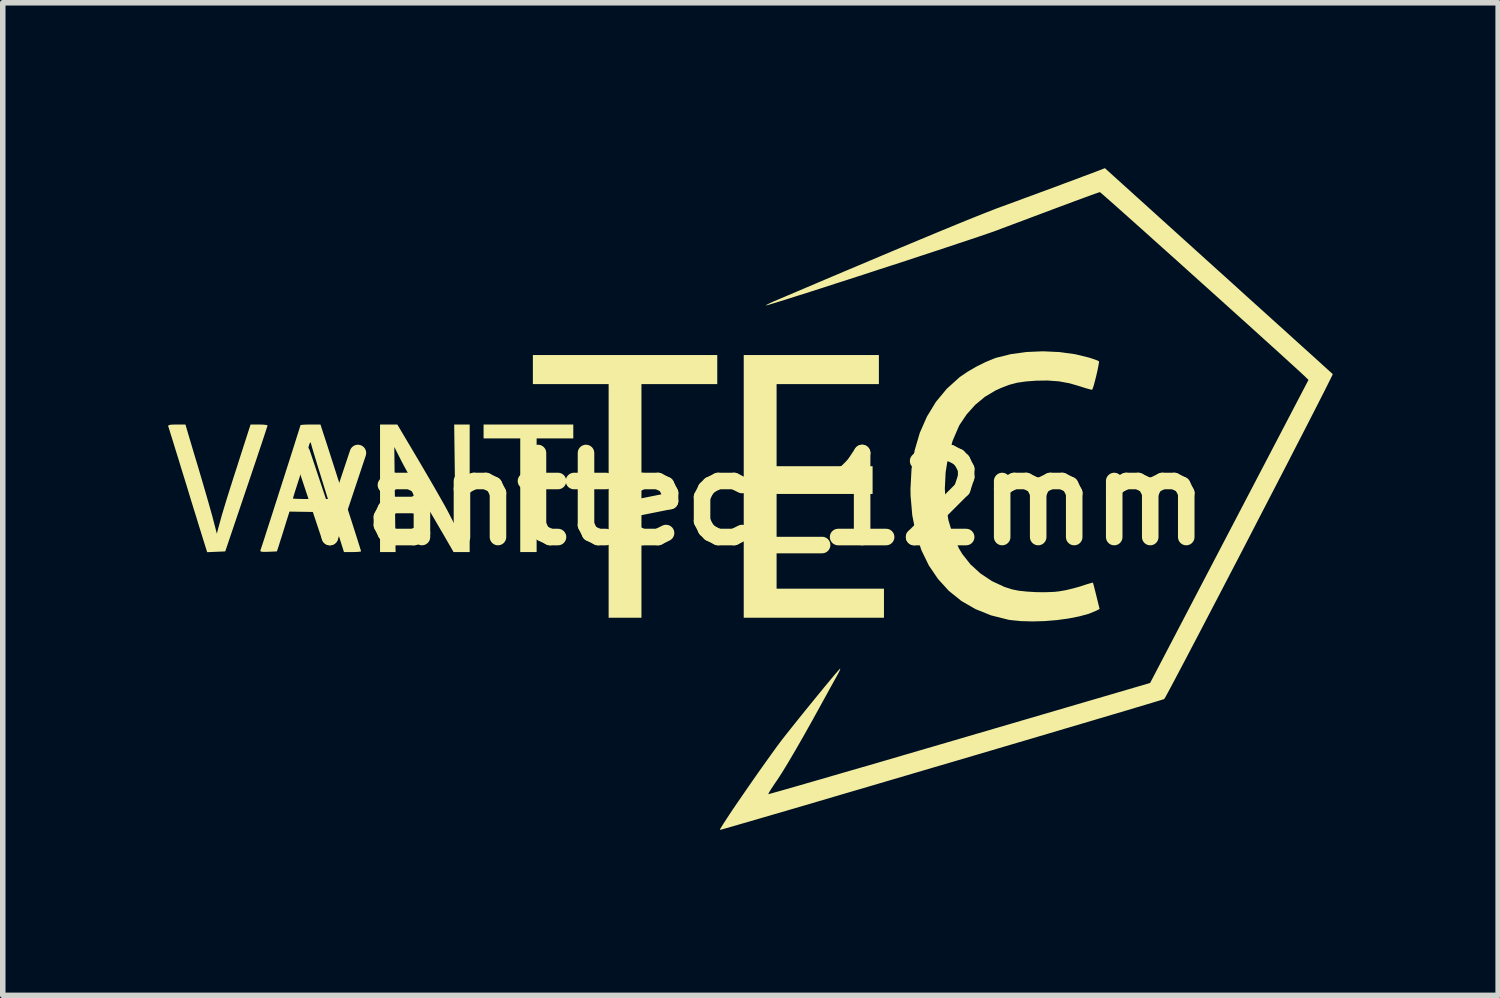
<source format=kicad_pcb>
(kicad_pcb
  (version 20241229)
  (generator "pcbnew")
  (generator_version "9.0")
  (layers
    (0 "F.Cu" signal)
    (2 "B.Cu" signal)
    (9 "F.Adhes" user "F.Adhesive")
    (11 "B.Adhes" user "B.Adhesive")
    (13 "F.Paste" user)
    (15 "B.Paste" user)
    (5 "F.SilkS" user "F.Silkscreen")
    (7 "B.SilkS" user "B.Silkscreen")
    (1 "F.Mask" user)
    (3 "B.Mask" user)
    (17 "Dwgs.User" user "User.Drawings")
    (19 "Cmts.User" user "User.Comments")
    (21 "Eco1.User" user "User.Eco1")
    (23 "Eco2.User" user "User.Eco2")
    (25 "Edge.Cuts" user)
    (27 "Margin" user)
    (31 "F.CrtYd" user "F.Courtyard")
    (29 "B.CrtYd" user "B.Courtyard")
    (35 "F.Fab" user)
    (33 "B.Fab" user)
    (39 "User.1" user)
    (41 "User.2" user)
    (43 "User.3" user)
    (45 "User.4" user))
  (footprint "Vanttec_12mm"
    (layer "F.Cu")
    (at 10.553 6)
    (property "Reference" "Vanttec_12mm" (at 0 0 0) (layer "F.SilkS") (effects (font (size 1.524 1.524) (thickness 0.3))))
    (attr board_only exclude_from_pos_files exclude_from_bom)
    (fp_poly (pts (xy -3.206 -1.099) (xy -3.871 -1.099) (xy -3.871 0.962) (xy -4.168 0.962) (xy -4.168 -1.099) (xy -4.833 -1.099) (xy -4.833 -1.351) (xy -3.206 -1.351)) (stroke (width 0) (type solid)) (fill yes) (layer "F.SilkS"))
    (fp_poly (pts (xy -0.595 -2.084) (xy -1.97 -2.084) (xy -1.97 2.153) (xy -2.565 2.153) (xy -2.565 -2.084) (xy -3.939 -2.084) (xy -3.939 -2.611) (xy -0.595 -2.611)) (stroke (width 0) (type solid)) (fill yes) (layer "F.SilkS"))
    (fp_poly (pts (xy 2.336 -2.084) (xy 0.481 -2.084) (xy 0.481 -0.595) (xy 2.222 -0.595) (xy 2.222 -0.092) (xy 0.481 -0.092) (xy 0.481 1.626) (xy 2.428 1.626) (xy 2.428 2.153) (xy -0.115 2.153) (xy -0.115 -2.611) (xy 2.336 -2.611)) (stroke (width 0) (type solid)) (fill yes) (layer "F.SilkS"))
    (fp_poly (pts (xy -5.987 -0.659) (xy -5.885 -0.485) (xy -5.785 -0.314) (xy -5.691 -0.151) (xy -5.607 -0.003) (xy -5.536 0.122) (xy -5.483 0.22) (xy -5.46 0.264) (xy -5.343 0.493) (xy -5.354 -0.429) (xy -5.366 -1.351) (xy -5.085 -1.351) (xy -5.085 0.962) (xy -5.378 0.962) (xy -5.433 0.865) (xy -5.459 0.821) (xy -5.504 0.743) (xy -5.565 0.637) (xy -5.64 0.509) (xy -5.724 0.365) (xy -5.815 0.21) (xy -5.85 0.151) (xy -5.946 -0.015) (xy -6.042 -0.181) (xy -6.131 -0.339) (xy -6.211 -0.481) (xy -6.277 -0.601) (xy -6.324 -0.691) (xy -6.331 -0.705) (xy -6.452 -0.944) (xy -6.441 0.009) (xy -6.429 0.962) (xy -6.711 0.962) (xy -6.711 -1.351) (xy -6.397 -1.351)) (stroke (width 0) (type solid)) (fill yes) (layer "F.SilkS"))
    (fp_poly (pts (xy -10.191 -1.185) (xy -10.171 -1.117) (xy -10.14 -1.013) (xy -10.101 -0.881) (xy -10.056 -0.731) (xy -10.007 -0.569) (xy -9.972 -0.449) (xy -9.921 -0.277) (xy -9.871 -0.105) (xy -9.824 0.058) (xy -9.783 0.203) (xy -9.75 0.321) (xy -9.736 0.376) (xy -9.67 0.629) (xy -9.644 0.526) (xy -9.617 0.428) (xy -9.586 0.315) (xy -9.547 0.184) (xy -9.5 0.029) (xy -9.443 -0.154) (xy -9.374 -0.371) (xy -9.292 -0.625) (xy -9.282 -0.658) (xy -9.059 -1.351) (xy -8.904 -1.351) (xy -8.827 -1.349) (xy -8.772 -1.343) (xy -8.75 -1.334) (xy -8.75 -1.334) (xy -8.758 -1.31) (xy -8.779 -1.246) (xy -8.811 -1.147) (xy -8.854 -1.017) (xy -8.907 -0.86) (xy -8.967 -0.68) (xy -9.034 -0.482) (xy -9.106 -0.268) (xy -9.135 -0.183) (xy -9.518 0.95) (xy -9.682 0.957) (xy -9.846 0.964) (xy -9.902 0.785) (xy -9.921 0.725) (xy -9.951 0.627) (xy -9.992 0.496) (xy -10.04 0.338) (xy -10.096 0.159) (xy -10.156 -0.036) (xy -10.218 -0.241) (xy -10.25 -0.344) (xy -10.312 -0.544) (xy -10.369 -0.732) (xy -10.422 -0.901) (xy -10.467 -1.049) (xy -10.505 -1.169) (xy -10.532 -1.258) (xy -10.549 -1.31) (xy -10.553 -1.323) (xy -10.546 -1.338) (xy -10.506 -1.348) (xy -10.429 -1.351) (xy -10.402 -1.351) (xy -10.24 -1.351)) (stroke (width 0) (type solid)) (fill yes) (layer "F.SilkS"))
    (fp_poly (pts (xy -7.745 -1.208) (xy -7.679 -1.007) (xy -7.611 -0.795) (xy -7.541 -0.577) (xy -7.471 -0.358) (xy -7.401 -0.143) (xy -7.335 0.066) (xy -7.272 0.262) (xy -7.214 0.442) (xy -7.163 0.602) (xy -7.12 0.737) (xy -7.087 0.842) (xy -7.065 0.914) (xy -7.055 0.947) (xy -7.054 0.949) (xy -7.075 0.955) (xy -7.13 0.96) (xy -7.207 0.962) (xy -7.21 0.962) (xy -7.365 0.962) (xy -7.479 0.601) (xy -7.593 0.24) (xy -8.353 0.228) (xy -8.427 0.463) (xy -8.462 0.577) (xy -8.497 0.689) (xy -8.528 0.784) (xy -8.54 0.825) (xy -8.581 0.95) (xy -8.737 0.957) (xy -8.821 0.959) (xy -8.868 0.954) (xy -8.882 0.942) (xy -8.881 0.934) (xy -8.871 0.904) (xy -8.848 0.835) (xy -8.815 0.734) (xy -8.774 0.605) (xy -8.725 0.453) (xy -8.67 0.284) (xy -8.612 0.101) (xy -8.576 -0.009) (xy -8.291 -0.009) (xy -8.27 -0.006) (xy -8.21 -0.003) (xy -8.122 -0.001) (xy -8.012 -0.000069) (xy -7.974 0) (xy -7.656 0) (xy -7.8 -0.464) (xy -7.844 -0.606) (xy -7.884 -0.738) (xy -7.918 -0.85) (xy -7.944 -0.937) (xy -7.958 -0.989) (xy -7.96 -0.996) (xy -7.968 -1.024) (xy -7.978 -1.025) (xy -7.992 -0.996) (xy -8.011 -0.932) (xy -8.031 -0.859) (xy -8.06 -0.757) (xy -8.098 -0.628) (xy -8.141 -0.487) (xy -8.184 -0.35) (xy -8.189 -0.336) (xy -8.225 -0.223) (xy -8.256 -0.127) (xy -8.278 -0.054) (xy -8.29 -0.014) (xy -8.291 -0.009) (xy -8.576 -0.009) (xy -8.551 -0.089) (xy -8.489 -0.282) (xy -8.428 -0.473) (xy -8.369 -0.657) (xy -8.314 -0.829) (xy -8.265 -0.984) (xy -8.223 -1.118) (xy -8.189 -1.224) (xy -8.166 -1.298) (xy -8.155 -1.336) (xy -8.154 -1.339) (xy -8.133 -1.345) (xy -8.077 -1.349) (xy -7.997 -1.351) (xy -7.972 -1.351) (xy -7.791 -1.351)) (stroke (width 0) (type solid)) (fill yes) (layer "F.SilkS"))
    (fp_poly (pts (xy 5.613 -2.665) (xy 5.902 -2.625) (xy 6.15 -2.564) (xy 6.23 -2.538) (xy 6.293 -2.515) (xy 6.325 -2.5) (xy 6.327 -2.499) (xy 6.327 -2.474) (xy 6.317 -2.415) (xy 6.301 -2.334) (xy 6.28 -2.242) (xy 6.257 -2.15) (xy 6.235 -2.068) (xy 6.216 -2.009) (xy 6.204 -1.982) (xy 6.179 -1.985) (xy 6.122 -2) (xy 6.042 -2.024) (xy 6 -2.038) (xy 5.798 -2.098) (xy 5.602 -2.134) (xy 5.395 -2.149) (xy 5.188 -2.146) (xy 5.001 -2.132) (xy 4.844 -2.109) (xy 4.699 -2.071) (xy 4.551 -2.014) (xy 4.445 -1.965) (xy 4.259 -1.854) (xy 4.083 -1.708) (xy 3.928 -1.535) (xy 3.802 -1.348) (xy 3.785 -1.316) (xy 3.674 -1.057) (xy 3.594 -0.778) (xy 3.547 -0.487) (xy 3.532 -0.192) (xy 3.549 0.102) (xy 3.598 0.386) (xy 3.678 0.654) (xy 3.789 0.898) (xy 3.849 0.998) (xy 3.996 1.184) (xy 4.177 1.349) (xy 4.385 1.488) (xy 4.61 1.593) (xy 4.752 1.639) (xy 4.873 1.663) (xy 5.024 1.679) (xy 5.191 1.689) (xy 5.361 1.69) (xy 5.518 1.684) (xy 5.614 1.673) (xy 5.731 1.652) (xy 5.864 1.62) (xy 5.989 1.585) (xy 6.01 1.578) (xy 6.098 1.549) (xy 6.168 1.528) (xy 6.21 1.517) (xy 6.218 1.517) (xy 6.225 1.54) (xy 6.241 1.599) (xy 6.262 1.683) (xy 6.281 1.759) (xy 6.339 1.994) (xy 6.279 2.025) (xy 6.144 2.081) (xy 5.973 2.128) (xy 5.775 2.167) (xy 5.561 2.196) (xy 5.339 2.214) (xy 5.119 2.22) (xy 4.91 2.214) (xy 4.721 2.195) (xy 4.68 2.188) (xy 4.37 2.11) (xy 4.087 1.996) (xy 3.831 1.848) (xy 3.604 1.665) (xy 3.408 1.45) (xy 3.242 1.205) (xy 3.108 0.93) (xy 3.008 0.627) (xy 2.942 0.298) (xy 2.911 -0.056) (xy 2.909 -0.183) (xy 2.928 -0.543) (xy 2.985 -0.883) (xy 3.078 -1.2) (xy 3.207 -1.494) (xy 3.37 -1.761) (xy 3.567 -1.999) (xy 3.797 -2.207) (xy 3.806 -2.214) (xy 3.942 -2.307) (xy 4.102 -2.4) (xy 4.269 -2.483) (xy 4.426 -2.548) (xy 4.466 -2.562) (xy 4.727 -2.627) (xy 5.013 -2.666) (xy 5.312 -2.679)) (stroke (width 0) (type solid)) (fill yes) (layer "F.SilkS"))
    (fp_poly (pts (xy 8.491 -4.142) (xy 8.753 -3.906) (xy 9.005 -3.677) (xy 9.246 -3.46) (xy 9.474 -3.254) (xy 9.686 -3.063) (xy 9.88 -2.887) (xy 10.054 -2.73) (xy 10.207 -2.592) (xy 10.335 -2.476) (xy 10.437 -2.383) (xy 10.511 -2.316) (xy 10.555 -2.277) (xy 10.567 -2.266) (xy 10.559 -2.245) (xy 10.53 -2.185) (xy 10.483 -2.091) (xy 10.42 -1.965) (xy 10.34 -1.808) (xy 10.247 -1.625) (xy 10.141 -1.418) (xy 10.024 -1.19) (xy 9.897 -0.944) (xy 9.762 -0.681) (xy 9.62 -0.406) (xy 9.472 -0.12) (xy 9.32 0.173) (xy 9.166 0.471) (xy 9.011 0.771) (xy 8.856 1.07) (xy 8.702 1.365) (xy 8.552 1.654) (xy 8.406 1.934) (xy 8.266 2.202) (xy 8.134 2.455) (xy 8.01 2.691) (xy 7.897 2.907) (xy 7.795 3.1) (xy 7.707 3.267) (xy 7.633 3.406) (xy 7.575 3.514) (xy 7.535 3.587) (xy 7.513 3.624) (xy 7.511 3.628) (xy 7.488 3.635) (xy 7.424 3.655) (xy 7.321 3.686) (xy 7.182 3.728) (xy 7.01 3.779) (xy 6.808 3.84) (xy 6.577 3.908) (xy 6.321 3.984) (xy 6.042 4.067) (xy 5.743 4.155) (xy 5.427 4.249) (xy 5.096 4.347) (xy 4.753 4.448) (xy 4.401 4.552) (xy 4.042 4.658) (xy 3.679 4.765) (xy 3.314 4.872) (xy 2.951 4.979) (xy 2.591 5.085) (xy 2.238 5.189) (xy 1.894 5.29) (xy 1.563 5.387) (xy 1.245 5.481) (xy 0.945 5.569) (xy 0.665 5.651) (xy 0.407 5.726) (xy 0.174 5.794) (xy -0.031 5.854) (xy -0.205 5.904) (xy -0.346 5.945) (xy -0.452 5.975) (xy -0.519 5.994) (xy -0.545 6.001) (xy -0.545 6.001) (xy -0.542 5.985) (xy -0.535 5.972) (xy -0.484 5.889) (xy -0.409 5.774) (xy -0.317 5.635) (xy -0.21 5.478) (xy -0.093 5.308) (xy 0.029 5.132) (xy 0.152 4.956) (xy 0.272 4.787) (xy 0.385 4.629) (xy 0.485 4.491) (xy 0.57 4.377) (xy 0.625 4.306) (xy 0.745 4.155) (xy 0.869 4) (xy 0.995 3.843) (xy 1.119 3.691) (xy 1.237 3.546) (xy 1.346 3.413) (xy 1.443 3.296) (xy 1.523 3.2) (xy 1.584 3.129) (xy 1.622 3.087) (xy 1.633 3.077) (xy 1.635 3.087) (xy 1.618 3.127) (xy 1.587 3.186) (xy 1.553 3.247) (xy 1.502 3.339) (xy 1.439 3.452) (xy 1.371 3.577) (xy 1.316 3.676) (xy 1.131 4.012) (xy 0.964 4.309) (xy 0.816 4.567) (xy 0.688 4.784) (xy 0.58 4.961) (xy 0.492 5.097) (xy 0.478 5.116) (xy 0.418 5.205) (xy 0.37 5.279) (xy 0.339 5.331) (xy 0.33 5.353) (xy 0.33 5.353) (xy 0.352 5.348) (xy 0.416 5.33) (xy 0.52 5.301) (xy 0.66 5.261) (xy 0.835 5.211) (xy 1.042 5.151) (xy 1.279 5.083) (xy 1.543 5.006) (xy 1.833 4.922) (xy 2.145 4.832) (xy 2.478 4.735) (xy 2.829 4.632) (xy 3.195 4.525) (xy 3.575 4.414) (xy 3.797 4.349) (xy 7.255 3.336) (xy 8.691 0.588) (xy 10.127 -2.16) (xy 10.051 -2.234) (xy 10.005 -2.277) (xy 9.931 -2.345) (xy 9.829 -2.438) (xy 9.705 -2.551) (xy 9.559 -2.684) (xy 9.395 -2.832) (xy 9.215 -2.995) (xy 9.023 -3.169) (xy 8.819 -3.352) (xy 8.609 -3.542) (xy 8.393 -3.736) (xy 8.175 -3.932) (xy 7.957 -4.128) (xy 7.743 -4.321) (xy 7.534 -4.508) (xy 7.333 -4.688) (xy 7.144 -4.858) (xy 6.968 -5.015) (xy 6.809 -5.157) (xy 6.669 -5.282) (xy 6.55 -5.387) (xy 6.456 -5.47) (xy 6.389 -5.529) (xy 6.352 -5.56) (xy 6.345 -5.566) (xy 6.319 -5.558) (xy 6.255 -5.536) (xy 6.158 -5.501) (xy 6.033 -5.455) (xy 5.883 -5.4) (xy 5.715 -5.337) (xy 5.532 -5.269) (xy 5.492 -5.254) (xy 5.298 -5.181) (xy 5.111 -5.111) (xy 4.936 -5.045) (xy 4.78 -4.987) (xy 4.647 -4.937) (xy 4.545 -4.899) (xy 4.48 -4.874) (xy 4.478 -4.873) (xy 4.403 -4.846) (xy 4.293 -4.808) (xy 4.152 -4.76) (xy 3.983 -4.703) (xy 3.79 -4.639) (xy 3.576 -4.568) (xy 3.344 -4.491) (xy 3.1 -4.411) (xy 2.846 -4.327) (xy 2.585 -4.242) (xy 2.322 -4.157) (xy 2.06 -4.071) (xy 1.803 -3.988) (xy 1.554 -3.908) (xy 1.317 -3.831) (xy 1.096 -3.76) (xy 0.894 -3.696) (xy 0.714 -3.639) (xy 0.561 -3.591) (xy 0.438 -3.553) (xy 0.349 -3.526) (xy 0.297 -3.512) (xy 0.285 -3.51) (xy 0.3 -3.522) (xy 0.348 -3.547) (xy 0.419 -3.58) (xy 0.441 -3.589) (xy 0.98 -3.818) (xy 1.478 -4.03) (xy 1.936 -4.223) (xy 2.355 -4.4) (xy 2.737 -4.561) (xy 3.082 -4.705) (xy 3.392 -4.834) (xy 3.668 -4.948) (xy 3.91 -5.047) (xy 4.121 -5.132) (xy 4.3 -5.203) (xy 4.449 -5.261) (xy 4.57 -5.306) (xy 4.581 -5.31) (xy 4.685 -5.348) (xy 4.819 -5.397) (xy 4.978 -5.456) (xy 5.153 -5.52) (xy 5.339 -5.589) (xy 5.529 -5.659) (xy 5.715 -5.729) (xy 5.891 -5.794) (xy 6.05 -5.854) (xy 6.185 -5.904) (xy 6.29 -5.944) (xy 6.349 -5.967) (xy 6.435 -6)) (stroke (width 0) (type solid)) (fill yes) (layer "F.SilkS")))
  (gr_rect
    (start -3 -3)
    (end 24.12 15.001)
    (stroke (width 0.1) (type default))
    (fill no)
    (layer "Edge.Cuts")))
</source>
